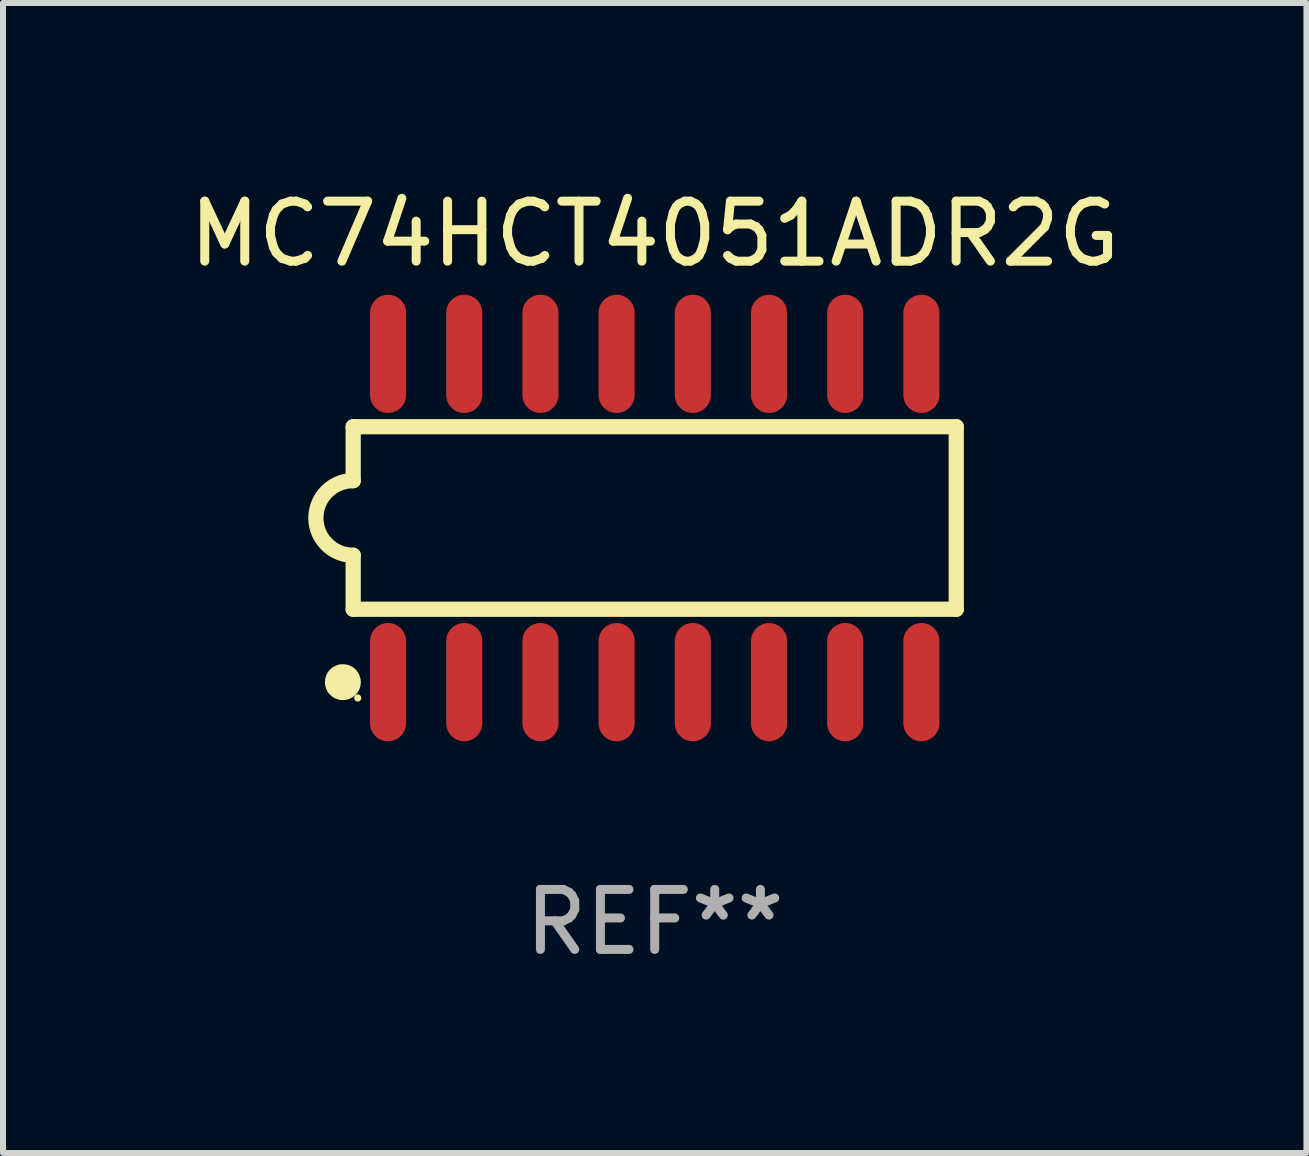
<source format=kicad_pcb>
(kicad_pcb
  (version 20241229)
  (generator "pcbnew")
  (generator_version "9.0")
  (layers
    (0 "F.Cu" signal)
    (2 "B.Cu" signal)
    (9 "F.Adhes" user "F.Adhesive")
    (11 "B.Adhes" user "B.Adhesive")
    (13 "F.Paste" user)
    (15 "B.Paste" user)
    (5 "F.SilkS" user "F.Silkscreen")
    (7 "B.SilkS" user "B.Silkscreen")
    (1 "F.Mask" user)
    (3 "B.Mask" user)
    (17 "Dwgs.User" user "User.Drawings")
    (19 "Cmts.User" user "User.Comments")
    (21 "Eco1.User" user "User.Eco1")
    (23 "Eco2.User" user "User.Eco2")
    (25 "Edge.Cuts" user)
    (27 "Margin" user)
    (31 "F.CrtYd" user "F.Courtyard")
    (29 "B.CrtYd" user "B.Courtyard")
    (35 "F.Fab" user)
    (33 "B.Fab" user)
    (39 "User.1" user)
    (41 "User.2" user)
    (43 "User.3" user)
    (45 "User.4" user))
  (footprint "MC74HCT4051ADR2G"
    (layer "F.Cu")
    (at 7.863 5.584)
    (property "Reference" "MC74HCT4051ADR2G" (at 0 -4.736 0) (layer "F.SilkS") (effects (font (size 1 1) (thickness 0.15))))
    (attr through_hole)
    (fp_line (start -5.026 -1.521) (end -5.026 -0.621) (stroke (width 0.254) (type solid)) (layer "F.SilkS"))
    (fp_line (start -5.026 -1.521) (end 5.026 -1.521) (stroke (width 0.254) (type solid)) (layer "F.SilkS"))
    (fp_line (start -5.026 1.521) (end -5.026 0.621) (stroke (width 0.254) (type solid)) (layer "F.SilkS"))
    (fp_line (start 5.026 -1.521) (end 5.026 1.521) (stroke (width 0.254) (type solid)) (layer "F.SilkS"))
    (fp_line (start 5.026 1.521) (end -5.026 1.521) (stroke (width 0.254) (type solid)) (layer "F.SilkS"))
    (fp_arc (start -5.026187 0.621387) (mid -5.647752 -0.000787) (end -5.025781 -0.622555) (stroke (width 0.254001) (type solid)) (layer "F.SilkS"))
    (fp_circle (center -5.198 2.736) (end -5.048 2.736) (stroke (width 0.3) (type solid)) (fill no) (layer "F.SilkS"))
    (fp_circle (center -4.95 3) (end -4.92 3) (stroke (width 0.06) (type solid)) (fill no) (layer "F.SilkS"))
    (fp_text user "REF**" (at 0 6.736 0) (layer "F.Fab") (effects (font (size 1 1) (thickness 0.15))))
    (pad "1" smd oval (at -4.445 2.736) (size 0.602 1.971) (layers "F.Cu" "F.Mask" "F.Paste"))
    (pad "2" smd oval (at -3.175 2.736) (size 0.602 1.971) (layers "F.Cu" "F.Mask" "F.Paste"))
    (pad "3" smd oval (at -1.905 2.736) (size 0.602 1.971) (layers "F.Cu" "F.Mask" "F.Paste"))
    (pad "4" smd oval (at -0.635 2.736) (size 0.602 1.971) (layers "F.Cu" "F.Mask" "F.Paste"))
    (pad "5" smd oval (at 0.635 2.736) (size 0.602 1.971) (layers "F.Cu" "F.Mask" "F.Paste"))
    (pad "6" smd oval (at 1.905 2.736) (size 0.602 1.971) (layers "F.Cu" "F.Mask" "F.Paste"))
    (pad "7" smd oval (at 3.175 2.736) (size 0.602 1.971) (layers "F.Cu" "F.Mask" "F.Paste"))
    (pad "8" smd oval (at 4.445 2.736) (size 0.602 1.971) (layers "F.Cu" "F.Mask" "F.Paste"))
    (pad "9" smd oval (at 4.445 -2.736) (size 0.602 1.971) (layers "F.Cu" "F.Mask" "F.Paste"))
    (pad "10" smd oval (at 3.175 -2.736) (size 0.602 1.971) (layers "F.Cu" "F.Mask" "F.Paste"))
    (pad "11" smd oval (at 1.905 -2.736) (size 0.602 1.971) (layers "F.Cu" "F.Mask" "F.Paste"))
    (pad "12" smd oval (at 0.635 -2.736) (size 0.602 1.971) (layers "F.Cu" "F.Mask" "F.Paste"))
    (pad "13" smd oval (at -0.635 -2.736) (size 0.602 1.971) (layers "F.Cu" "F.Mask" "F.Paste"))
    (pad "14" smd oval (at -1.905 -2.736) (size 0.602 1.971) (layers "F.Cu" "F.Mask" "F.Paste"))
    (pad "15" smd oval (at -3.175 -2.736) (size 0.602 1.971) (layers "F.Cu" "F.Mask" "F.Paste"))
    (pad "16" smd oval (at -4.445 -2.736) (size 0.602 1.971) (layers "F.Cu" "F.Mask" "F.Paste")))
  (gr_rect
    (start -3 -3)
    (end 18.726 16.168)
    (stroke (width 0.1) (type default))
    (fill no)
    (layer "Edge.Cuts")))
</source>
